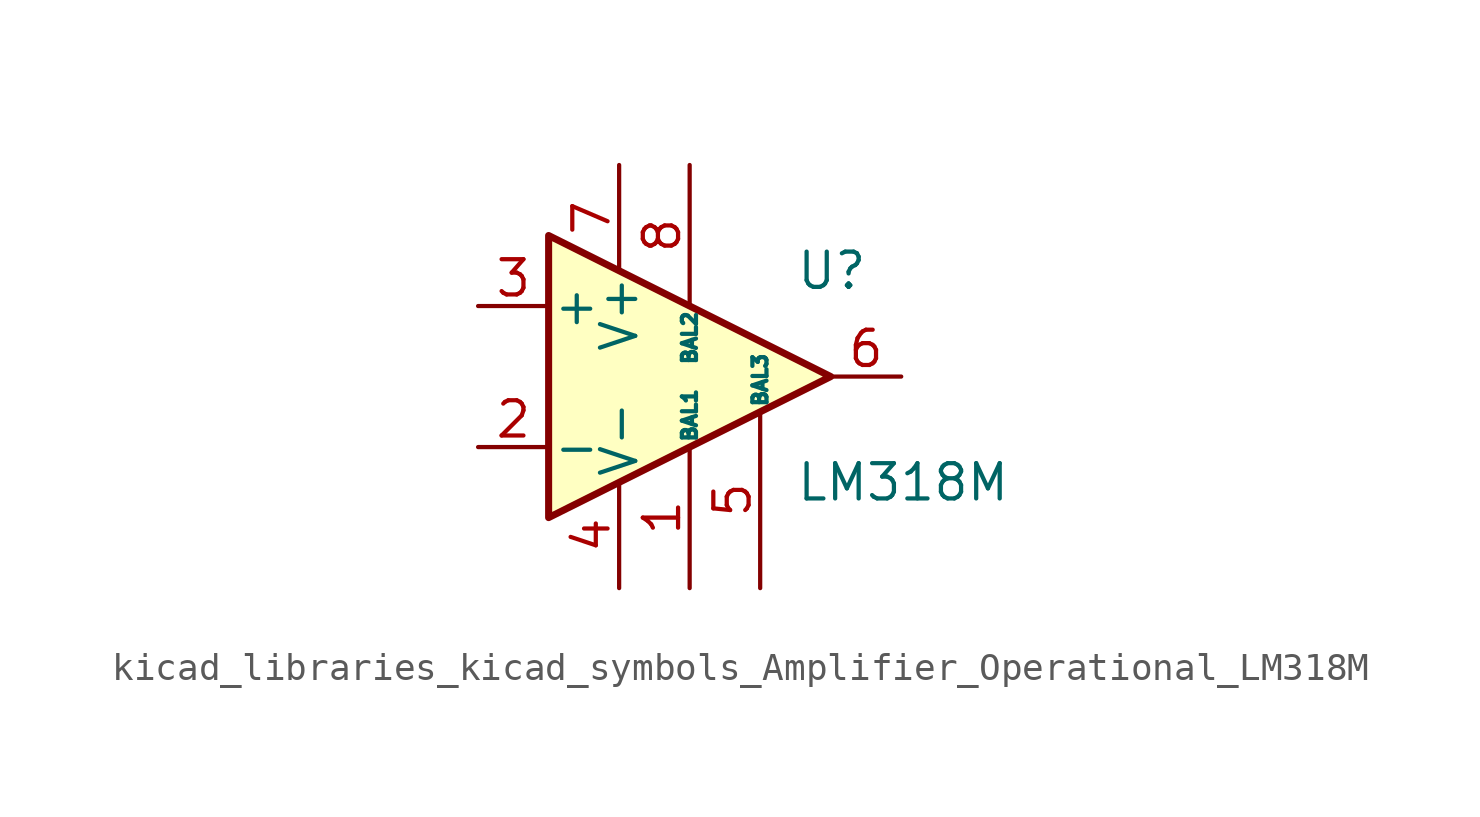
<source format=kicad_sym>
(kicad_symbol_lib
  (version 20220914)
  (generator kicad_symbol_editor)
  (symbol "kicad_libraries_kicad_symbols_Amplifier_Operational_LM318M"
    (pin_names
      (offset 0.127))
    (property "Reference" "U"
      (at 3.81 3.81 0)
      (effects (font (size 1.27 1.27)) (justify left)))
    (property "Value" "LM318M"
      (at 3.81 -3.81 0)
      (effects (font (size 1.27 1.27)) (justify left)))
    (symbol "kicad_libraries_kicad_symbols_Amplifier_Operational_LM318M_0_1"
      (polyline (pts (xy 5.08 0) (xy -5.08 5.08) (xy -5.08 -5.08) (xy 5.08 0)) (stroke (width 0.254) (type default)) (fill (type background))))
    (symbol "kicad_libraries_kicad_symbols_Amplifier_Operational_LM318M_1_1"
      (pin passive line (at 0 -7.62 90) (length 5.08) (name "BAL1" (effects (font (size 0.508 0.508)))) (number "1" (effects (font (size 1.27 1.27)))))
      (pin input line (at -7.62 -2.54 0) (length 2.54) (name "-" (effects (font (size 1.27 1.27)))) (number "2" (effects (font (size 1.27 1.27)))))
      (pin input line (at -7.62 2.54 0) (length 2.54) (name "+" (effects (font (size 1.27 1.27)))) (number "3" (effects (font (size 1.27 1.27)))))
      (pin power_in line (at -2.54 -7.62 90) (length 3.81) (name "V-" (effects (font (size 1.27 1.27)))) (number "4" (effects (font (size 1.27 1.27)))))
      (pin passive line (at 2.54 -7.62 90) (length 6.35) (name "BAL3" (effects (font (size 0.508 0.508)))) (number "5" (effects (font (size 1.27 1.27)))))
      (pin output line (at 7.62 0 180) (length 2.54) (name "~" (effects (font (size 1.27 1.27)))) (number "6" (effects (font (size 1.27 1.27)))))
      (pin power_in line (at -2.54 7.62 270) (length 3.81) (name "V+" (effects (font (size 1.27 1.27)))) (number "7" (effects (font (size 1.27 1.27)))))
      (pin passive line (at 0 7.62 270) (length 5.08) (name "BAL2" (effects (font (size 0.508 0.508)))) (number "8" (effects (font (size 1.27 1.27))))))))
</source>
